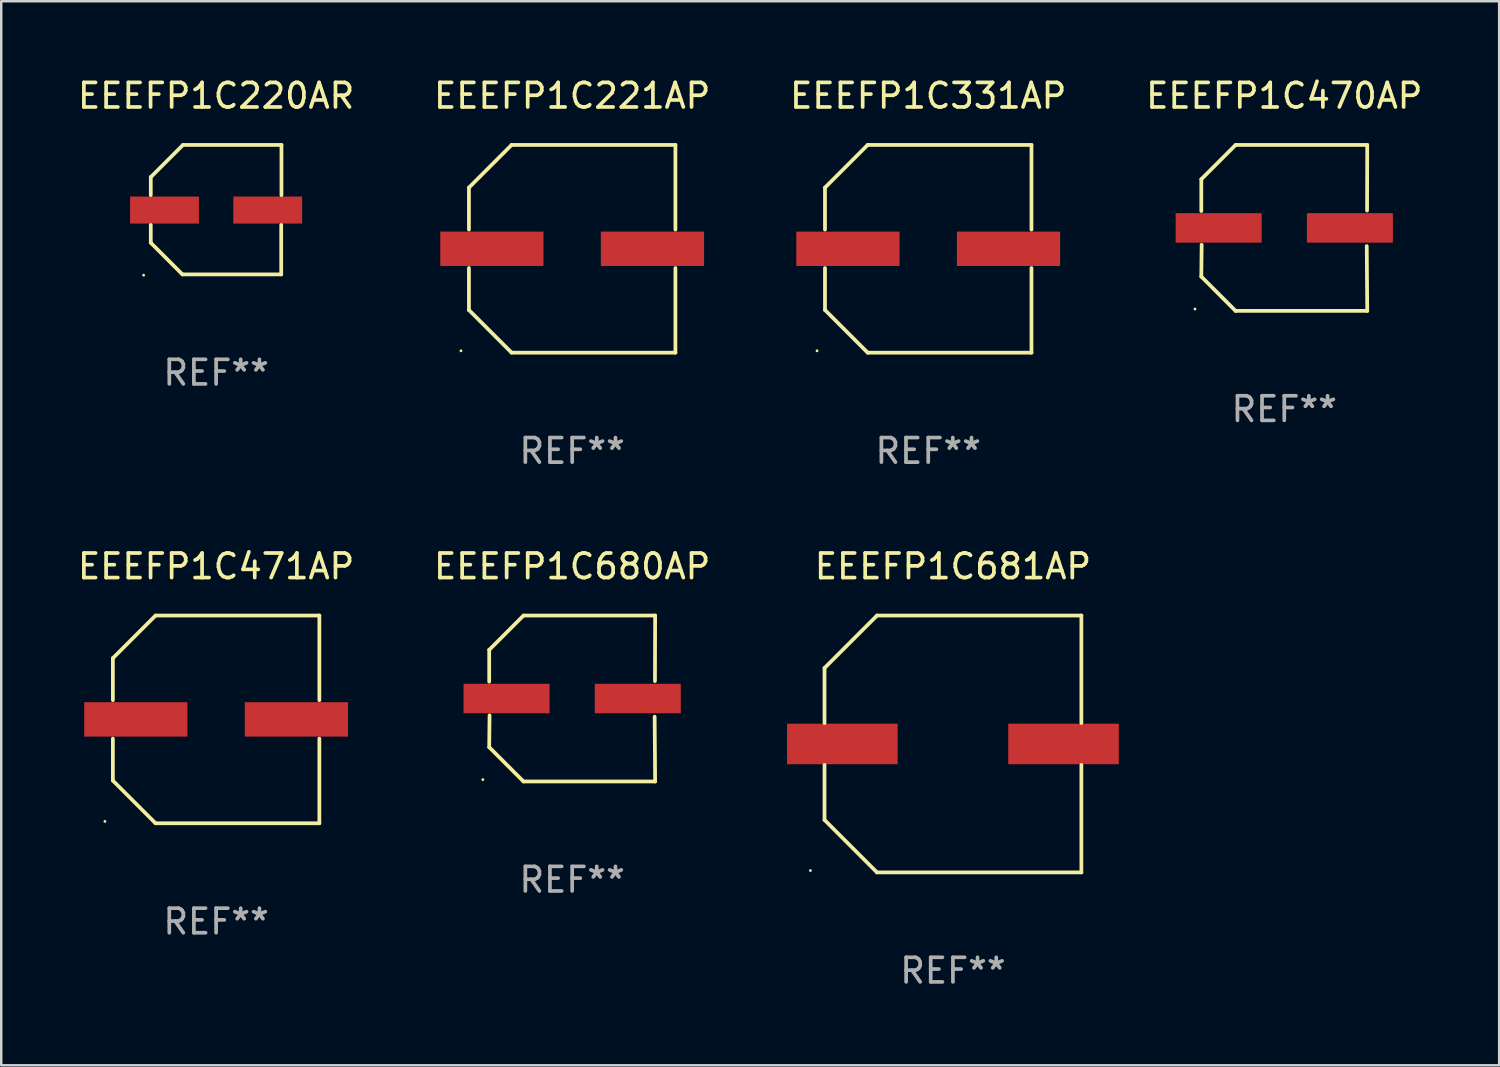
<source format=kicad_pcb>
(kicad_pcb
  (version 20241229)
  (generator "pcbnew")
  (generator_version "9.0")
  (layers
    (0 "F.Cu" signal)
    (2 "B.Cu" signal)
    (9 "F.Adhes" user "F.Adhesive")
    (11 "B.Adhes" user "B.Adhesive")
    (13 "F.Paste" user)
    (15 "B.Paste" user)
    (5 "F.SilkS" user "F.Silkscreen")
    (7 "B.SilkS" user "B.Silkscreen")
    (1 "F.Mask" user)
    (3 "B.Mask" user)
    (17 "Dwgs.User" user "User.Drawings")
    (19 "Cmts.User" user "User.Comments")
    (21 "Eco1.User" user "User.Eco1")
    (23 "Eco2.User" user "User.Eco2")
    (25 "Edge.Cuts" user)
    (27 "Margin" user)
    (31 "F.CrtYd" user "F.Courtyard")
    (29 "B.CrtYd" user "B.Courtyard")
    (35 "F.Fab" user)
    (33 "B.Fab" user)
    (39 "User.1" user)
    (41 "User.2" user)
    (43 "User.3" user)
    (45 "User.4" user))
  (footprint "EEEFP1C331AP"
    (layer "F.Cu")
    (at 34.72 7.074)
    (property "Reference" "EEEFP1C331AP" (at 0 -6.226 0) (layer "F.SilkS") (effects (font (size 1 1) (thickness 0.15))))
    (attr through_hole)
    (fp_line (start -4.201 -2.49) (end -4.201 -0.782) (stroke (width 0.152) (type solid)) (layer "F.SilkS"))
    (fp_line (start -4.201 2.49) (end -4.201 0.782) (stroke (width 0.152) (type solid)) (layer "F.SilkS"))
    (fp_line (start -2.465 -4.226) (end -4.201 -2.49) (stroke (width 0.152) (type solid)) (layer "F.SilkS"))
    (fp_line (start -2.465 4.226) (end -4.201 2.49) (stroke (width 0.152) (type solid)) (layer "F.SilkS"))
    (fp_line (start 4.201 -4.226) (end -2.465 -4.226) (stroke (width 0.152) (type solid)) (layer "F.SilkS"))
    (fp_line (start 4.201 -0.782) (end 4.201 -4.226) (stroke (width 0.152) (type solid)) (layer "F.SilkS"))
    (fp_line (start 4.201 0.782) (end 4.201 4.226) (stroke (width 0.152) (type solid)) (layer "F.SilkS"))
    (fp_line (start 4.201 4.226) (end -2.465 4.226) (stroke (width 0.152) (type solid)) (layer "F.SilkS"))
    (fp_circle (center -4.524 4.15) (end -4.494 4.15) (stroke (width 0.06) (type solid)) (fill no) (layer "F.SilkS"))
    (fp_text user "REF**" (at 0 8.226 0) (layer "F.Fab") (effects (font (size 1 1) (thickness 0.15))))
    (pad "1" smd rect (at -3.267 0) (size 4.2 1.4) (layers "F.Cu" "F.Mask" "F.Paste"))
    (pad "2" smd rect (at 3.267 0) (size 4.2 1.4) (layers "F.Cu" "F.Mask" "F.Paste")))
  (footprint "EEEFP1C220AR"
    (layer "F.Cu")
    (at 5.744 5.482)
    (property "Reference" "EEEFP1C220AR" (at 0 -4.634 0) (layer "F.SilkS") (effects (font (size 1 1) (thickness 0.15))))
    (attr through_hole)
    (fp_line (start -2.659 -1.326) (end -2.659 -0.592) (stroke (width 0.152) (type solid)) (layer "F.SilkS"))
    (fp_line (start -2.659 1.346) (end -2.659 0.622) (stroke (width 0.152) (type solid)) (layer "F.SilkS"))
    (fp_line (start -1.372 2.634) (end -2.659 1.346) (stroke (width 0.152) (type solid)) (layer "F.SilkS"))
    (fp_line (start -1.349 -2.634) (end -2.659 -1.326) (stroke (width 0.152) (type solid)) (layer "F.SilkS"))
    (fp_line (start 2.649 0.622) (end 2.649 2.634) (stroke (width 0.152) (type solid)) (layer "F.SilkS"))
    (fp_line (start 2.649 2.634) (end -1.372 2.634) (stroke (width 0.152) (type solid)) (layer "F.SilkS"))
    (fp_line (start 2.659 -2.634) (end -1.349 -2.634) (stroke (width 0.152) (type solid)) (layer "F.SilkS"))
    (fp_line (start 2.659 -0.592) (end 2.659 -2.634) (stroke (width 0.152) (type solid)) (layer "F.SilkS"))
    (fp_circle (center -2.95 2.665) (end -2.92 2.665) (stroke (width 0.06) (type solid)) (fill no) (layer "F.SilkS"))
    (fp_text user "REF**" (at 0 6.634 0) (layer "F.Fab") (effects (font (size 1 1) (thickness 0.15))))
    (pad "1" smd rect (at -2.1 0.015) (size 2.8 1.1) (layers "F.Cu" "F.Mask" "F.Paste"))
    (pad "2" smd rect (at 2.1 0.015) (size 2.8 1.1) (layers "F.Cu" "F.Mask" "F.Paste")))
  (footprint "EEEFP1C680AP"
    (layer "F.Cu")
    (at 20.232 25.373)
    (property "Reference" "EEEFP1C680AP" (at 0 -5.376 0) (layer "F.SilkS") (effects (font (size 1 1) (thickness 0.15))))
    (attr through_hole)
    (fp_line (start -3.376 -1.98) (end -3.376 -0.686) (stroke (width 0.152) (type solid)) (layer "F.SilkS"))
    (fp_line (start -3.376 1.981) (end -3.362 0.686) (stroke (width 0.152) (type solid)) (layer "F.SilkS"))
    (fp_line (start -1.981 3.376) (end -3.376 1.981) (stroke (width 0.152) (type solid)) (layer "F.SilkS"))
    (fp_line (start -1.98 -3.376) (end -3.376 -1.98) (stroke (width 0.152) (type solid)) (layer "F.SilkS"))
    (fp_line (start 3.356 0.74) (end 3.376 3.376) (stroke (width 0.152) (type solid)) (layer "F.SilkS"))
    (fp_line (start 3.369 -0.707) (end 3.376 -3.376) (stroke (width 0.152) (type solid)) (layer "F.SilkS"))
    (fp_line (start 3.376 3.376) (end -1.981 3.376) (stroke (width 0.152) (type solid)) (layer "F.SilkS"))
    (fp_line (start 3.376 -3.376) (end -1.98 -3.376) (stroke (width 0.152) (type solid)) (layer "F.SilkS"))
    (fp_circle (center -3.634 3.3) (end -3.604 3.3) (stroke (width 0.06) (type solid)) (fill no) (layer "F.SilkS"))
    (fp_text user "REF**" (at 0 7.376 0) (layer "F.Fab") (effects (font (size 1 1) (thickness 0.15))))
    (pad "1" smd rect (at -2.67 0.000254) (size 3.5 1.2) (layers "F.Cu" "F.Mask" "F.Paste"))
    (pad "2" smd rect (at 2.67 0.000254) (size 3.5 1.2) (layers "F.Cu" "F.Mask" "F.Paste")))
  (footprint "EEEFP1C471AP"
    (layer "F.Cu")
    (at 5.744 26.223)
    (property "Reference" "EEEFP1C471AP" (at 0 -6.226 0) (layer "F.SilkS") (effects (font (size 1 1) (thickness 0.15))))
    (attr through_hole)
    (fp_line (start -4.201 -2.49) (end -4.201 -0.782) (stroke (width 0.152) (type solid)) (layer "F.SilkS"))
    (fp_line (start -4.201 2.49) (end -4.201 0.782) (stroke (width 0.152) (type solid)) (layer "F.SilkS"))
    (fp_line (start -2.465 -4.226) (end -4.201 -2.49) (stroke (width 0.152) (type solid)) (layer "F.SilkS"))
    (fp_line (start -2.465 4.226) (end -4.201 2.49) (stroke (width 0.152) (type solid)) (layer "F.SilkS"))
    (fp_line (start 4.201 -4.226) (end -2.465 -4.226) (stroke (width 0.152) (type solid)) (layer "F.SilkS"))
    (fp_line (start 4.201 -0.782) (end 4.201 -4.226) (stroke (width 0.152) (type solid)) (layer "F.SilkS"))
    (fp_line (start 4.201 0.782) (end 4.201 4.226) (stroke (width 0.152) (type solid)) (layer "F.SilkS"))
    (fp_line (start 4.201 4.226) (end -2.465 4.226) (stroke (width 0.152) (type solid)) (layer "F.SilkS"))
    (fp_circle (center -4.524 4.15) (end -4.494 4.15) (stroke (width 0.06) (type solid)) (fill no) (layer "F.SilkS"))
    (fp_text user "REF**" (at 0 8.226 0) (layer "F.Fab") (effects (font (size 1 1) (thickness 0.15))))
    (pad "1" smd rect (at -3.267 0) (size 4.2 1.4) (layers "F.Cu" "F.Mask" "F.Paste"))
    (pad "2" smd rect (at 3.267 0) (size 4.2 1.4) (layers "F.Cu" "F.Mask" "F.Paste")))
  (footprint "EEEFP1C681AP"
    (layer "F.Cu")
    (at 35.726 27.223)
    (property "Reference" "EEEFP1C681AP" (at 0 -7.226 0) (layer "F.SilkS") (effects (font (size 1 1) (thickness 0.15))))
    (attr through_hole)
    (fp_line (start -5.226 -3.09) (end -5.226 -0.852) (stroke (width 0.152) (type solid)) (layer "F.SilkS"))
    (fp_line (start -5.226 3.09) (end -5.226 0.852) (stroke (width 0.152) (type solid)) (layer "F.SilkS"))
    (fp_line (start -3.09 -5.226) (end -5.226 -3.09) (stroke (width 0.152) (type solid)) (layer "F.SilkS"))
    (fp_line (start -3.09 5.226) (end -5.226 3.09) (stroke (width 0.152) (type solid)) (layer "F.SilkS"))
    (fp_line (start 5.226 -5.226) (end -3.09 -5.226) (stroke (width 0.152) (type solid)) (layer "F.SilkS"))
    (fp_line (start 5.226 -0.852) (end 5.226 -5.226) (stroke (width 0.152) (type solid)) (layer "F.SilkS"))
    (fp_line (start 5.226 0.852) (end 5.226 5.226) (stroke (width 0.152) (type solid)) (layer "F.SilkS"))
    (fp_line (start 5.226 5.226) (end -3.09 5.226) (stroke (width 0.152) (type solid)) (layer "F.SilkS"))
    (fp_circle (center -5.8 5.15) (end -5.77 5.15) (stroke (width 0.06) (type solid)) (fill no) (layer "F.SilkS"))
    (fp_text user "REF**" (at 0 9.226 0) (layer "F.Fab") (effects (font (size 1 1) (thickness 0.15))))
    (pad "1" smd rect (at -4.5 0) (size 4.5 1.65) (layers "F.Cu" "F.Mask" "F.Paste"))
    (pad "2" smd rect (at 4.5 0) (size 4.5 1.65) (layers "F.Cu" "F.Mask" "F.Paste")))
  (footprint "EEEFP1C470AP"
    (layer "F.Cu")
    (at 49.208 6.224)
    (property "Reference" "EEEFP1C470AP" (at 0 -5.376 0) (layer "F.SilkS") (effects (font (size 1 1) (thickness 0.15))))
    (attr through_hole)
    (fp_line (start -3.376 -1.98) (end -3.376 -0.686) (stroke (width 0.152) (type solid)) (layer "F.SilkS"))
    (fp_line (start -3.376 1.981) (end -3.362 0.686) (stroke (width 0.152) (type solid)) (layer "F.SilkS"))
    (fp_line (start -1.981 3.376) (end -3.376 1.981) (stroke (width 0.152) (type solid)) (layer "F.SilkS"))
    (fp_line (start -1.98 -3.376) (end -3.376 -1.98) (stroke (width 0.152) (type solid)) (layer "F.SilkS"))
    (fp_line (start 3.356 0.74) (end 3.376 3.376) (stroke (width 0.152) (type solid)) (layer "F.SilkS"))
    (fp_line (start 3.369 -0.707) (end 3.376 -3.376) (stroke (width 0.152) (type solid)) (layer "F.SilkS"))
    (fp_line (start 3.376 3.376) (end -1.981 3.376) (stroke (width 0.152) (type solid)) (layer "F.SilkS"))
    (fp_line (start 3.376 -3.376) (end -1.98 -3.376) (stroke (width 0.152) (type solid)) (layer "F.SilkS"))
    (fp_circle (center -3.634 3.3) (end -3.604 3.3) (stroke (width 0.06) (type solid)) (fill no) (layer "F.SilkS"))
    (fp_text user "REF**" (at 0 7.376 0) (layer "F.Fab") (effects (font (size 1 1) (thickness 0.15))))
    (pad "1" smd rect (at -2.67 0.000254) (size 3.5 1.2) (layers "F.Cu" "F.Mask" "F.Paste"))
    (pad "2" smd rect (at 2.67 0.000254) (size 3.5 1.2) (layers "F.Cu" "F.Mask" "F.Paste")))
  (footprint "EEEFP1C221AP"
    (layer "F.Cu")
    (at 20.232 7.074)
    (property "Reference" "EEEFP1C221AP" (at 0 -6.226 0) (layer "F.SilkS") (effects (font (size 1 1) (thickness 0.15))))
    (attr through_hole)
    (fp_line (start -4.201 -2.49) (end -4.201 -0.782) (stroke (width 0.152) (type solid)) (layer "F.SilkS"))
    (fp_line (start -4.201 2.49) (end -4.201 0.782) (stroke (width 0.152) (type solid)) (layer "F.SilkS"))
    (fp_line (start -2.465 -4.226) (end -4.201 -2.49) (stroke (width 0.152) (type solid)) (layer "F.SilkS"))
    (fp_line (start -2.465 4.226) (end -4.201 2.49) (stroke (width 0.152) (type solid)) (layer "F.SilkS"))
    (fp_line (start 4.201 -4.226) (end -2.465 -4.226) (stroke (width 0.152) (type solid)) (layer "F.SilkS"))
    (fp_line (start 4.201 -0.782) (end 4.201 -4.226) (stroke (width 0.152) (type solid)) (layer "F.SilkS"))
    (fp_line (start 4.201 0.782) (end 4.201 4.226) (stroke (width 0.152) (type solid)) (layer "F.SilkS"))
    (fp_line (start 4.201 4.226) (end -2.465 4.226) (stroke (width 0.152) (type solid)) (layer "F.SilkS"))
    (fp_circle (center -4.524 4.15) (end -4.494 4.15) (stroke (width 0.06) (type solid)) (fill no) (layer "F.SilkS"))
    (fp_text user "REF**" (at 0 8.226 0) (layer "F.Fab") (effects (font (size 1 1) (thickness 0.15))))
    (pad "1" smd rect (at -3.267 0) (size 4.2 1.4) (layers "F.Cu" "F.Mask" "F.Paste"))
    (pad "2" smd rect (at 3.267 0) (size 4.2 1.4) (layers "F.Cu" "F.Mask" "F.Paste")))
  (gr_rect
    (start -3 -3)
    (end 57.952 40.298)
    (stroke (width 0.1) (type default))
    (fill no)
    (layer "Edge.Cuts")))
</source>
